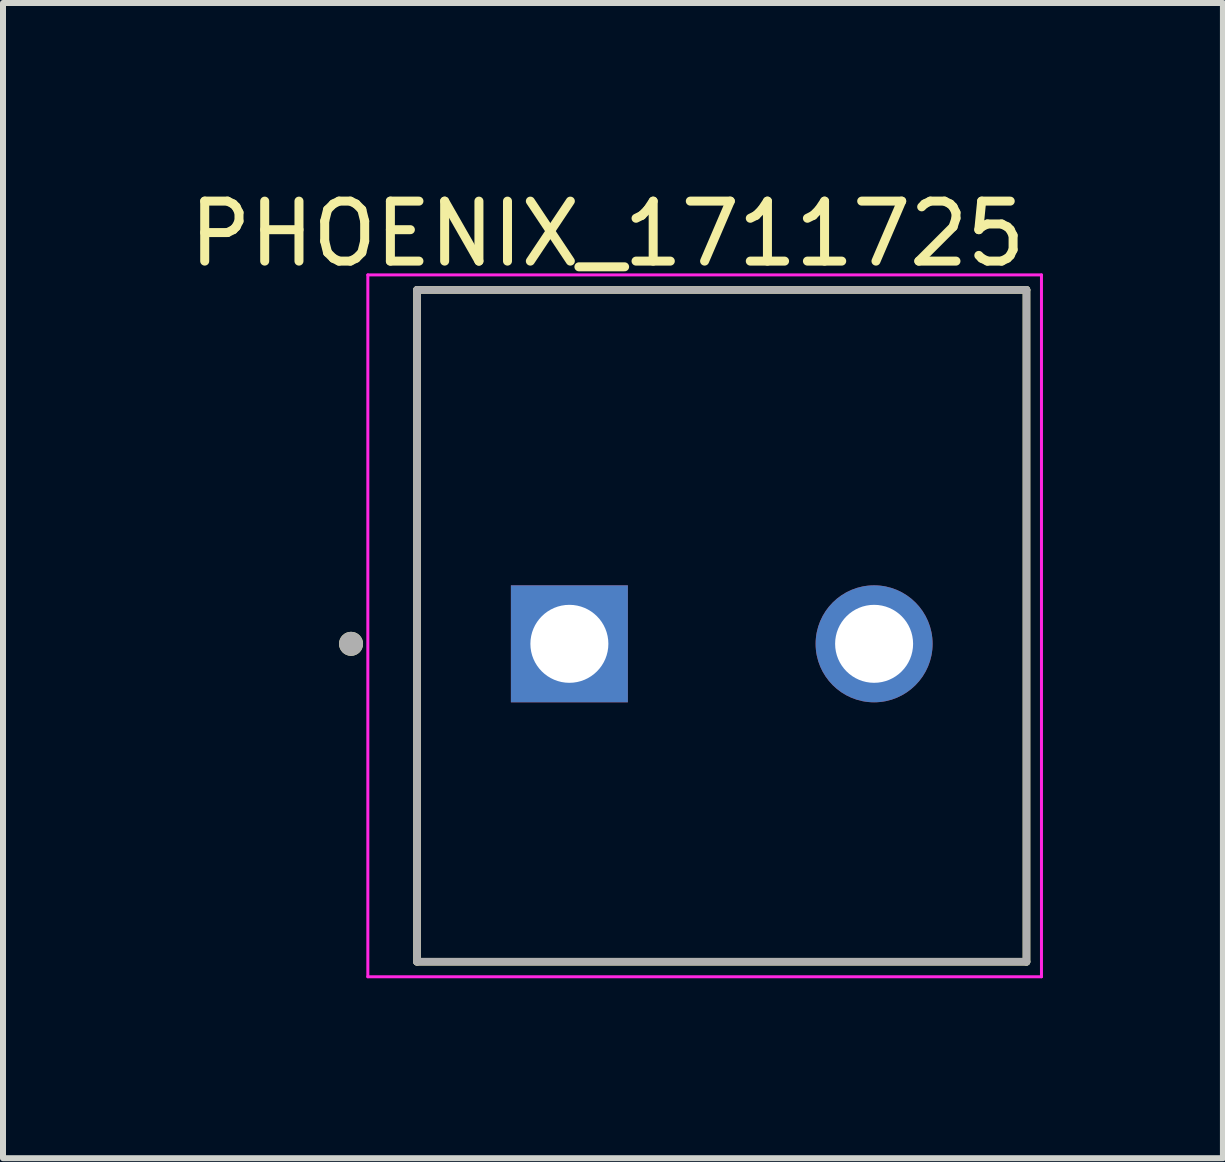
<source format=kicad_pcb>
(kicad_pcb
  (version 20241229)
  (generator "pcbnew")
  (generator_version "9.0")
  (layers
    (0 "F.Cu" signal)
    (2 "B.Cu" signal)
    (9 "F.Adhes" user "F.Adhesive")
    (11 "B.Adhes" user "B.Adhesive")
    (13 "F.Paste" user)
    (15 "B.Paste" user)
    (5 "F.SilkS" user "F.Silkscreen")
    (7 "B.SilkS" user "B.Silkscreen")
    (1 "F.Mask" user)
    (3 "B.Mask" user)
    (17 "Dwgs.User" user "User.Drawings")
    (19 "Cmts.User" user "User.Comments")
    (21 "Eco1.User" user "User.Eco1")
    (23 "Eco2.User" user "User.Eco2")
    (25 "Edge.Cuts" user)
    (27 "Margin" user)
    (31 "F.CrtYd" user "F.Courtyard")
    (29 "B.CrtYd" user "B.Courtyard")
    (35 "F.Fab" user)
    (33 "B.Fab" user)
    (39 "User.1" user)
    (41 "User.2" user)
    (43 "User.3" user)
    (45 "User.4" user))
  (footprint "PHOENIX_1711725"
    (layer "F.Cu")
    (at 3.902 12.983)
    (property "Reference" "PHOENIX_1711725" (at 3.175 -12.135 0) (layer "F.SilkS") (effects (font (size 1 1) (thickness 0.15))))
    (attr through_hole)
    (fp_line (start 0 -11.2) (end 0 0) (stroke (width 0.127) (type solid)) (layer "F.SilkS"))
    (fp_line (start 0 0) (end 10.16 0) (stroke (width 0.127) (type solid)) (layer "F.SilkS"))
    (fp_line (start 10.16 -11.2) (end 0 -11.2) (stroke (width 0.127) (type solid)) (layer "F.SilkS"))
    (fp_line (start 10.16 0) (end 10.16 -11.2) (stroke (width 0.127) (type solid)) (layer "F.SilkS"))
    (fp_circle (center -1.1 -5.3) (end -1 -5.3) (stroke (width 0.2) (type solid)) (fill no) (layer "F.SilkS"))
    (fp_line (start -0.82 -11.45) (end -0.82 0.25) (stroke (width 0.05) (type solid)) (layer "F.CrtYd"))
    (fp_line (start -0.82 0.25) (end 10.41 0.25) (stroke (width 0.05) (type solid)) (layer "F.CrtYd"))
    (fp_line (start 10.41 -11.45) (end -0.82 -11.45) (stroke (width 0.05) (type solid)) (layer "F.CrtYd"))
    (fp_line (start 10.41 0.25) (end 10.41 -11.45) (stroke (width 0.05) (type solid)) (layer "F.CrtYd"))
    (fp_line (start 0 -11.2) (end 0 0) (stroke (width 0.127) (type solid)) (layer "F.Fab"))
    (fp_line (start 0 0) (end 10.16 0) (stroke (width 0.127) (type solid)) (layer "F.Fab"))
    (fp_line (start 10.16 -11.2) (end 0 -11.2) (stroke (width 0.127) (type solid)) (layer "F.Fab"))
    (fp_line (start 10.16 0) (end 10.16 -11.2) (stroke (width 0.127) (type solid)) (layer "F.Fab"))
    (fp_circle (center -1.1 -5.3) (end -1 -5.3) (stroke (width 0.2) (type solid)) (fill no) (layer "F.Fab"))
    (pad "1" thru_hole rect (at 2.54 -5.3) (size 1.95 1.95) (drill 1.3) (layers "*.Cu" "*.Mask"))
    (pad "2" thru_hole circle (at 7.62 -5.3) (size 1.95 1.95) (drill 1.3) (layers "*.Cu" "*.Mask")))
  (gr_rect
    (start -3 -3)
    (end 17.337 16.258)
    (stroke (width 0.1) (type default))
    (fill no)
    (layer "Edge.Cuts")))
</source>
